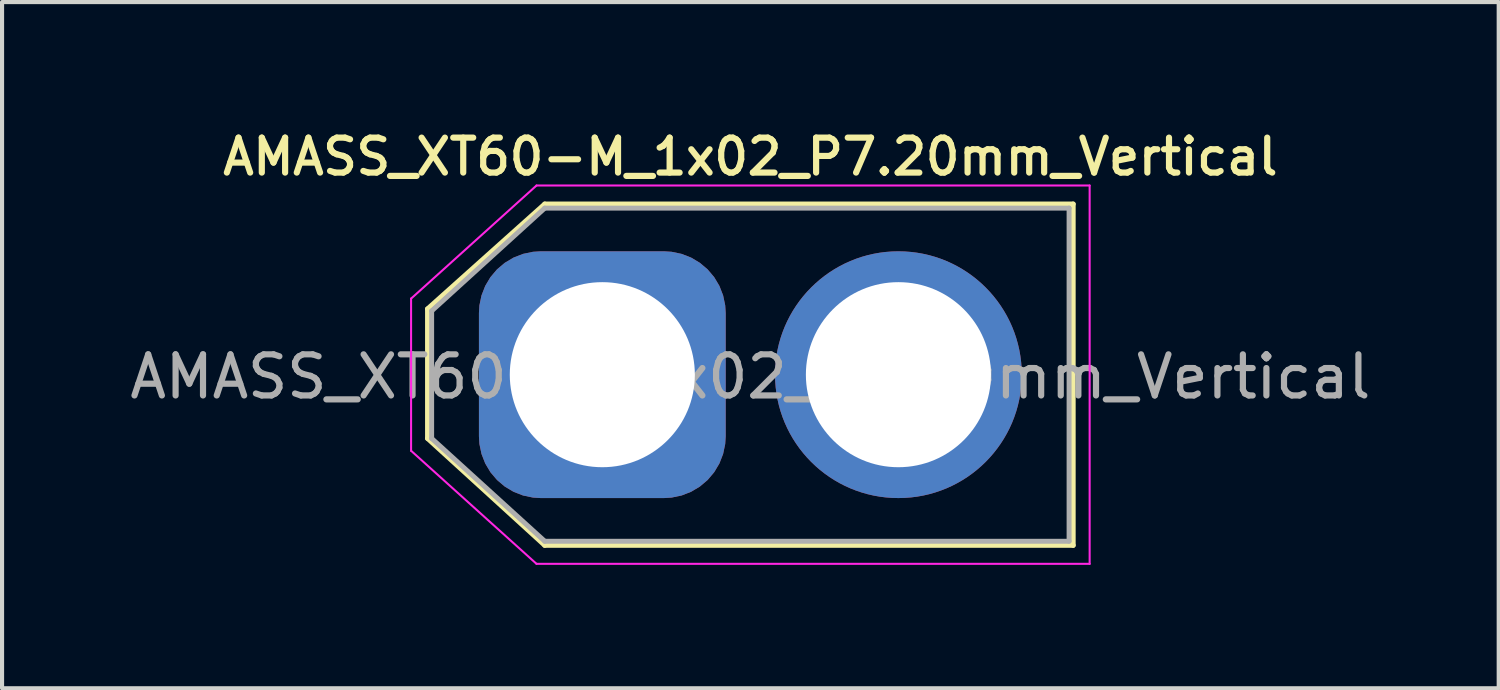
<source format=kicad_pcb>
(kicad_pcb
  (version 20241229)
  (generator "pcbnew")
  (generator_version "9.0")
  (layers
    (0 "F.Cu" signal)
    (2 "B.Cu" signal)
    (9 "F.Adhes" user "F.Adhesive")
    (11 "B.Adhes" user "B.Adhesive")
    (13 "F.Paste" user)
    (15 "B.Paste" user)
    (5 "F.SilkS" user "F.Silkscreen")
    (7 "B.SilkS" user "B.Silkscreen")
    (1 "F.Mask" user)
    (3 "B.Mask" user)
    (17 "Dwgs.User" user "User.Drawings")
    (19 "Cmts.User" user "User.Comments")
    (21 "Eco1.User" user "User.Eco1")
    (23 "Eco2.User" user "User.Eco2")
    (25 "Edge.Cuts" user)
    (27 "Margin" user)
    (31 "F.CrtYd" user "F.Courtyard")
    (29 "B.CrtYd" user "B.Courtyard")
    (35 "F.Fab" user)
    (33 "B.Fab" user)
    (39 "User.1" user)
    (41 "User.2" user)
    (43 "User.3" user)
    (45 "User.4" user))
  (footprint "AMASS_XT60-M_1x02_P7.20mm_Vertical"
    (layer "F.Cu")
    (at 11.596 6.061)
    (property "Reference" "AMASS_XT60-M_1x02_P7.20mm_Vertical" (at 3.6 -5.3 0) (layer "F.SilkS") (effects (font (size 0.85 0.85) (thickness 0.15))))
    (attr through_hole)
    (fp_line (start -4.25 -1.6) (end -4.25 1.55) (stroke (width 0.12) (type solid)) (layer "F.SilkS"))
    (fp_line (start -4.25 1.55) (end -1.4 4.15) (stroke (width 0.12) (type solid)) (layer "F.SilkS"))
    (fp_line (start -1.4 -4.15) (end -4.25 -1.6) (stroke (width 0.12) (type solid)) (layer "F.SilkS"))
    (fp_line (start -1.4 4.15) (end 11.45 4.15) (stroke (width 0.12) (type solid)) (layer "F.SilkS"))
    (fp_line (start 11.45 -4.15) (end -1.4 -4.15) (stroke (width 0.12) (type solid)) (layer "F.SilkS"))
    (fp_line (start 11.45 4.15) (end 11.45 -4.15) (stroke (width 0.12) (type solid)) (layer "F.SilkS"))
    (fp_line (start -4.65 -1.85) (end -1.6 -4.6) (stroke (width 0.05) (type solid)) (layer "F.CrtYd"))
    (fp_line (start -4.65 1.85) (end -4.65 -1.85) (stroke (width 0.05) (type solid)) (layer "F.CrtYd"))
    (fp_line (start -1.6 -4.6) (end 11.85 -4.6) (stroke (width 0.05) (type solid)) (layer "F.CrtYd"))
    (fp_line (start -1.6 4.6) (end -4.65 1.85) (stroke (width 0.05) (type solid)) (layer "F.CrtYd"))
    (fp_line (start 11.85 -4.6) (end 11.85 4.6) (stroke (width 0.05) (type solid)) (layer "F.CrtYd"))
    (fp_line (start 11.85 4.6) (end -1.6 4.6) (stroke (width 0.05) (type solid)) (layer "F.CrtYd"))
    (fp_line (start -4.15 -1.55) (end -4.15 1.55) (stroke (width 0.12) (type solid)) (layer "F.Fab"))
    (fp_line (start -4.15 1.55) (end -1.4 4.05) (stroke (width 0.12) (type solid)) (layer "F.Fab"))
    (fp_line (start -1.4 -4.05) (end -4.15 -1.55) (stroke (width 0.12) (type solid)) (layer "F.Fab"))
    (fp_line (start -1.4 4.05) (end 11.35 4.05) (stroke (width 0.12) (type solid)) (layer "F.Fab"))
    (fp_line (start 11.35 -4.05) (end -1.4 -4.05) (stroke (width 0.12) (type solid)) (layer "F.Fab"))
    (fp_line (start 11.35 4.05) (end 11.35 -4.05) (stroke (width 0.12) (type solid)) (layer "F.Fab"))
    (fp_text user "${REFERENCE}" (at 3.6 0.05 180) (layer "F.Fab") (effects (font (size 1 1) (thickness 0.15))))
    (pad "1" thru_hole roundrect (at 0 0) (size 6 6) (drill 4.5) (layers "*.Cu" "*.Mask") (roundrect_rratio 0.25))
    (pad "2" thru_hole circle (at 7.2 0) (size 6 6) (drill 4.5) (layers "*.Cu" "*.Mask")))
  (gr_rect
    (start -3 -3)
    (end 33.393 13.685)
    (stroke (width 0.1) (type default))
    (fill no)
    (layer "Edge.Cuts")))
</source>
